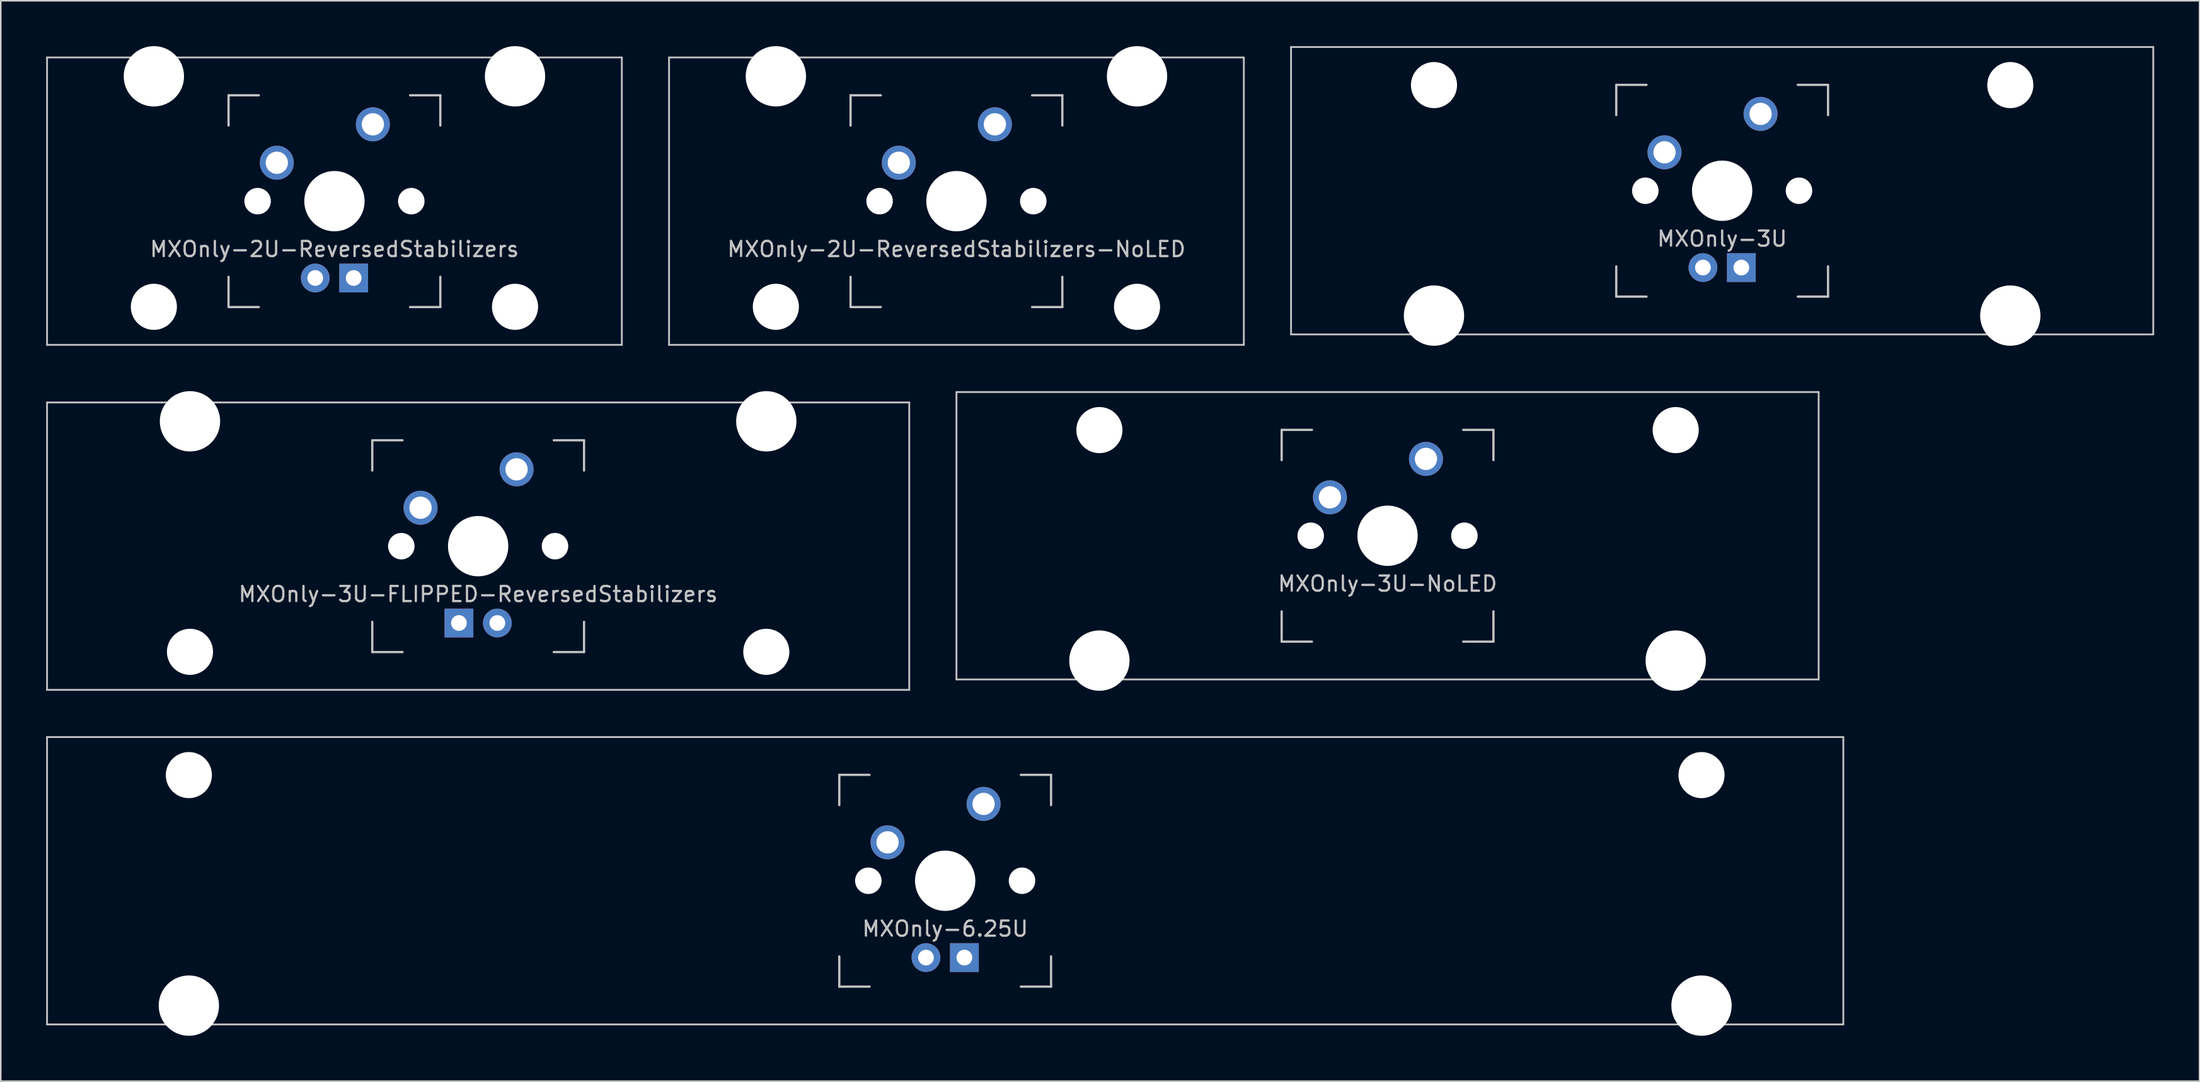
<source format=kicad_pcb>
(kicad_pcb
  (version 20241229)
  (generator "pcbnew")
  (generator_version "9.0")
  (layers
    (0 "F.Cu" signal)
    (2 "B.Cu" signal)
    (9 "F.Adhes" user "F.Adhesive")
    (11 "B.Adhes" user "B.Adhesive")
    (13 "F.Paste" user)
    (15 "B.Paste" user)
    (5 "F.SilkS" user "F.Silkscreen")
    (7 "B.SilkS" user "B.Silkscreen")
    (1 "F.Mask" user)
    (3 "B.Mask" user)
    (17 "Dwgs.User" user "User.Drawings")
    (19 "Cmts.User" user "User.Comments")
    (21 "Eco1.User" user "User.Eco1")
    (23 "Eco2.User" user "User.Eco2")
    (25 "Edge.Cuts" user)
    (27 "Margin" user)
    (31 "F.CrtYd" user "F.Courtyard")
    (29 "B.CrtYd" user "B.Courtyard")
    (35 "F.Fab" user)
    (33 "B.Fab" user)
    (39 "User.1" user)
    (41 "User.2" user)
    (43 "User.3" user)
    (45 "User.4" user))
  (footprint "MXOnly-6.25U"
    (layer "F.Cu")
    (at 59.435 55.178)
    (property "Reference" "MXOnly-6.25U" (at 0 3.175 0) (layer "Dwgs.User") (effects (font (size 1 1) (thickness 0.15))))
    (attr through_hole)
    (fp_line (start -59.375 -9.5) (end -59.375 9.5) (stroke (width 0.12) (type solid)) (layer "Dwgs.User"))
    (fp_line (start -59.375 9.5) (end 59.375 9.5) (stroke (width 0.12) (type solid)) (layer "Dwgs.User"))
    (fp_line (start -7 -7) (end -7 -5) (stroke (width 0.15) (type solid)) (layer "Dwgs.User"))
    (fp_line (start -7 5) (end -7 7) (stroke (width 0.15) (type solid)) (layer "Dwgs.User"))
    (fp_line (start -7 7) (end -5 7) (stroke (width 0.15) (type solid)) (layer "Dwgs.User"))
    (fp_line (start -5 -7) (end -7 -7) (stroke (width 0.15) (type solid)) (layer "Dwgs.User"))
    (fp_line (start 5 -7) (end 7 -7) (stroke (width 0.15) (type solid)) (layer "Dwgs.User"))
    (fp_line (start 5 7) (end 7 7) (stroke (width 0.15) (type solid)) (layer "Dwgs.User"))
    (fp_line (start 7 -7) (end 7 -5) (stroke (width 0.15) (type solid)) (layer "Dwgs.User"))
    (fp_line (start 7 7) (end 7 5) (stroke (width 0.15) (type solid)) (layer "Dwgs.User"))
    (fp_line (start 59.375 -9.5) (end -59.375 -9.5) (stroke (width 0.12) (type solid)) (layer "Dwgs.User"))
    (fp_line (start 59.375 9.5) (end 59.375 -9.5) (stroke (width 0.12) (type solid)) (layer "Dwgs.User"))
    (pad "" np_thru_hole circle (at -50 -6.985) (size 3.048 3.048) (drill 3.048) (layers "*.Cu" "*.Mask"))
    (pad "" np_thru_hole circle (at -50 8.255) (size 3.988 3.988) (drill 3.988) (layers "*.Cu" "*.Mask"))
    (pad "" np_thru_hole circle (at -5.08 0 48.1) (size 1.75 1.75) (drill 1.75) (layers "*.Cu" "*.Mask"))
    (pad "" np_thru_hole circle (at 0 0) (size 3.988 3.988) (drill 3.988) (layers "*.Cu" "*.Mask"))
    (pad "" np_thru_hole circle (at 5.08 0 48.1) (size 1.75 1.75) (drill 1.75) (layers "*.Cu" "*.Mask"))
    (pad "" np_thru_hole circle (at 50 -6.985) (size 3.048 3.048) (drill 3.048) (layers "*.Cu" "*.Mask"))
    (pad "" np_thru_hole circle (at 50 8.255) (size 3.988 3.988) (drill 3.988) (layers "*.Cu" "*.Mask"))
    (pad "1" thru_hole circle (at -3.81 -2.54) (size 2.25 2.25) (drill 1.47) (layers "*.Cu" "B.Mask"))
    (pad "2" thru_hole circle (at 2.54 -5.08) (size 2.25 2.25) (drill 1.47) (layers "*.Cu" "B.Mask"))
    (pad "3" thru_hole circle (at -1.27 5.08) (size 1.905 1.905) (drill 1.04) (layers "*.Cu" "B.Mask"))
    (pad "4" thru_hole rect (at 1.27 5.08) (size 1.905 1.905) (drill 1.04) (layers "*.Cu" "B.Mask")))
  (footprint "MXOnly-3U-FLIPPED-ReversedStabilizers"
    (layer "F.Cu")
    (at 28.56 33.058)
    (property "Reference" "MXOnly-3U-FLIPPED-ReversedStabilizers" (at 0 3.175 0) (layer "Dwgs.User") (effects (font (size 1 1) (thickness 0.15))))
    (attr through_hole)
    (fp_line (start -28.5 -9.5) (end -28.5 9.5) (stroke (width 0.12) (type solid)) (layer "Dwgs.User"))
    (fp_line (start -28.5 9.5) (end 28.5 9.5) (stroke (width 0.12) (type solid)) (layer "Dwgs.User"))
    (fp_line (start -7 -7) (end -7 -5) (stroke (width 0.15) (type solid)) (layer "Dwgs.User"))
    (fp_line (start -7 5) (end -7 7) (stroke (width 0.15) (type solid)) (layer "Dwgs.User"))
    (fp_line (start -7 7) (end -5 7) (stroke (width 0.15) (type solid)) (layer "Dwgs.User"))
    (fp_line (start -5 -7) (end -7 -7) (stroke (width 0.15) (type solid)) (layer "Dwgs.User"))
    (fp_line (start 5 -7) (end 7 -7) (stroke (width 0.15) (type solid)) (layer "Dwgs.User"))
    (fp_line (start 5 7) (end 7 7) (stroke (width 0.15) (type solid)) (layer "Dwgs.User"))
    (fp_line (start 7 -7) (end 7 -5) (stroke (width 0.15) (type solid)) (layer "Dwgs.User"))
    (fp_line (start 7 7) (end 7 5) (stroke (width 0.15) (type solid)) (layer "Dwgs.User"))
    (fp_line (start 28.5 -9.5) (end -28.5 -9.5) (stroke (width 0.12) (type solid)) (layer "Dwgs.User"))
    (fp_line (start 28.5 9.5) (end 28.5 -9.5) (stroke (width 0.12) (type solid)) (layer "Dwgs.User"))
    (pad "" np_thru_hole circle (at -19.05 -8.255) (size 3.988 3.988) (drill 3.988) (layers "*.Cu" "*.Mask"))
    (pad "" np_thru_hole circle (at -19.05 6.985) (size 3.048 3.048) (drill 3.048) (layers "*.Cu" "*.Mask"))
    (pad "" np_thru_hole circle (at -5.08 0 48.1) (size 1.75 1.75) (drill 1.75) (layers "*.Cu" "*.Mask"))
    (pad "" np_thru_hole circle (at 0 0) (size 3.988 3.988) (drill 3.988) (layers "*.Cu" "*.Mask"))
    (pad "" np_thru_hole circle (at 5.08 0 48.1) (size 1.75 1.75) (drill 1.75) (layers "*.Cu" "*.Mask"))
    (pad "" np_thru_hole circle (at 19.05 -8.255) (size 3.988 3.988) (drill 3.988) (layers "*.Cu" "*.Mask"))
    (pad "" np_thru_hole circle (at 19.05 6.985) (size 3.048 3.048) (drill 3.048) (layers "*.Cu" "*.Mask"))
    (pad "1" thru_hole circle (at -3.81 -2.54 48.1) (size 2.25 2.25) (drill 1.47) (layers "*.Cu" "B.Mask"))
    (pad "2" thru_hole circle (at 2.54 -5.08) (size 2.25 2.25) (drill 1.47) (layers "*.Cu" "B.Mask"))
    (pad "3" thru_hole circle (at 1.27 5.08) (size 1.905 1.905) (drill 1.04) (layers "*.Cu" "B.Mask"))
    (pad "4" thru_hole rect (at -1.27 5.08) (size 1.905 1.905) (drill 1.04) (layers "*.Cu" "B.Mask")))
  (footprint "MXOnly-2U-ReversedStabilizers"
    (layer "F.Cu")
    (at 19.06 10.249)
    (property "Reference" "MXOnly-2U-ReversedStabilizers" (at 0 3.175 0) (layer "Dwgs.User") (effects (font (size 1 1) (thickness 0.15))))
    (attr through_hole)
    (fp_line (start -19 -9.5) (end -19 9.5) (stroke (width 0.12) (type solid)) (layer "Dwgs.User"))
    (fp_line (start -19 9.5) (end 19 9.5) (stroke (width 0.12) (type solid)) (layer "Dwgs.User"))
    (fp_line (start -7 -7) (end -7 -5) (stroke (width 0.15) (type solid)) (layer "Dwgs.User"))
    (fp_line (start -7 5) (end -7 7) (stroke (width 0.15) (type solid)) (layer "Dwgs.User"))
    (fp_line (start -7 7) (end -5 7) (stroke (width 0.15) (type solid)) (layer "Dwgs.User"))
    (fp_line (start -5 -7) (end -7 -7) (stroke (width 0.15) (type solid)) (layer "Dwgs.User"))
    (fp_line (start 5 -7) (end 7 -7) (stroke (width 0.15) (type solid)) (layer "Dwgs.User"))
    (fp_line (start 5 7) (end 7 7) (stroke (width 0.15) (type solid)) (layer "Dwgs.User"))
    (fp_line (start 7 -7) (end 7 -5) (stroke (width 0.15) (type solid)) (layer "Dwgs.User"))
    (fp_line (start 7 7) (end 7 5) (stroke (width 0.15) (type solid)) (layer "Dwgs.User"))
    (fp_line (start 19 -9.5) (end -19 -9.5) (stroke (width 0.12) (type solid)) (layer "Dwgs.User"))
    (fp_line (start 19 9.5) (end 19 -9.5) (stroke (width 0.12) (type solid)) (layer "Dwgs.User"))
    (pad "" np_thru_hole circle (at -11.938 -8.255) (size 3.988 3.988) (drill 3.988) (layers "*.Cu" "*.Mask"))
    (pad "" np_thru_hole circle (at -11.938 6.985) (size 3.048 3.048) (drill 3.048) (layers "*.Cu" "*.Mask"))
    (pad "" np_thru_hole circle (at -5.08 0 48.1) (size 1.75 1.75) (drill 1.75) (layers "*.Cu" "*.Mask"))
    (pad "" np_thru_hole circle (at 0 0) (size 3.988 3.988) (drill 3.988) (layers "*.Cu" "*.Mask"))
    (pad "" np_thru_hole circle (at 5.08 0 48.1) (size 1.75 1.75) (drill 1.75) (layers "*.Cu" "*.Mask"))
    (pad "" np_thru_hole circle (at 11.938 -8.255) (size 3.988 3.988) (drill 3.988) (layers "*.Cu" "*.Mask"))
    (pad "" np_thru_hole circle (at 11.938 6.985) (size 3.048 3.048) (drill 3.048) (layers "*.Cu" "*.Mask"))
    (pad "1" thru_hole circle (at -3.81 -2.54) (size 2.25 2.25) (drill 1.47) (layers "*.Cu" "B.Mask"))
    (pad "2" thru_hole circle (at 2.54 -5.08) (size 2.25 2.25) (drill 1.47) (layers "*.Cu" "B.Mask"))
    (pad "3" thru_hole circle (at -1.27 5.08) (size 1.905 1.905) (drill 1.04) (layers "*.Cu" "B.Mask"))
    (pad "4" thru_hole rect (at 1.27 5.08) (size 1.905 1.905) (drill 1.04) (layers "*.Cu" "B.Mask")))
  (footprint "MXOnly-3U"
    (layer "F.Cu")
    (at 110.8 9.56)
    (property "Reference" "MXOnly-3U" (at 0 3.175 0) (layer "Dwgs.User") (effects (font (size 1 1) (thickness 0.15))))
    (attr through_hole)
    (fp_line (start -28.5 -9.5) (end -28.5 9.5) (stroke (width 0.12) (type solid)) (layer "Dwgs.User"))
    (fp_line (start -28.5 9.5) (end 28.5 9.5) (stroke (width 0.12) (type solid)) (layer "Dwgs.User"))
    (fp_line (start -7 -7) (end -7 -5) (stroke (width 0.15) (type solid)) (layer "Dwgs.User"))
    (fp_line (start -7 5) (end -7 7) (stroke (width 0.15) (type solid)) (layer "Dwgs.User"))
    (fp_line (start -7 7) (end -5 7) (stroke (width 0.15) (type solid)) (layer "Dwgs.User"))
    (fp_line (start -5 -7) (end -7 -7) (stroke (width 0.15) (type solid)) (layer "Dwgs.User"))
    (fp_line (start 5 -7) (end 7 -7) (stroke (width 0.15) (type solid)) (layer "Dwgs.User"))
    (fp_line (start 5 7) (end 7 7) (stroke (width 0.15) (type solid)) (layer "Dwgs.User"))
    (fp_line (start 7 -7) (end 7 -5) (stroke (width 0.15) (type solid)) (layer "Dwgs.User"))
    (fp_line (start 7 7) (end 7 5) (stroke (width 0.15) (type solid)) (layer "Dwgs.User"))
    (fp_line (start 28.5 -9.5) (end -28.5 -9.5) (stroke (width 0.12) (type solid)) (layer "Dwgs.User"))
    (fp_line (start 28.5 9.5) (end 28.5 -9.5) (stroke (width 0.12) (type solid)) (layer "Dwgs.User"))
    (pad "" np_thru_hole circle (at -19.05 -6.985) (size 3.048 3.048) (drill 3.048) (layers "*.Cu" "*.Mask"))
    (pad "" np_thru_hole circle (at -19.05 8.255) (size 3.988 3.988) (drill 3.988) (layers "*.Cu" "*.Mask"))
    (pad "" np_thru_hole circle (at -5.08 0 48.1) (size 1.75 1.75) (drill 1.75) (layers "*.Cu" "*.Mask"))
    (pad "" np_thru_hole circle (at 0 0) (size 3.988 3.988) (drill 3.988) (layers "*.Cu" "*.Mask"))
    (pad "" np_thru_hole circle (at 5.08 0 48.1) (size 1.75 1.75) (drill 1.75) (layers "*.Cu" "*.Mask"))
    (pad "" np_thru_hole circle (at 19.05 -6.985) (size 3.048 3.048) (drill 3.048) (layers "*.Cu" "*.Mask"))
    (pad "" np_thru_hole circle (at 19.05 8.255) (size 3.988 3.988) (drill 3.988) (layers "*.Cu" "*.Mask"))
    (pad "1" thru_hole circle (at -3.81 -2.54 48.1) (size 2.25 2.25) (drill 1.47) (layers "*.Cu" "B.Mask"))
    (pad "2" thru_hole circle (at 2.54 -5.08) (size 2.25 2.25) (drill 1.47) (layers "*.Cu" "B.Mask"))
    (pad "3" thru_hole circle (at -1.27 5.08) (size 1.905 1.905) (drill 1.04) (layers "*.Cu" "B.Mask"))
    (pad "4" thru_hole rect (at 1.27 5.08) (size 1.905 1.905) (drill 1.04) (layers "*.Cu" "B.Mask")))
  (footprint "MXOnly-2U-ReversedStabilizers-NoLED"
    (layer "F.Cu")
    (at 60.18 10.249)
    (property "Reference" "MXOnly-2U-ReversedStabilizers-NoLED" (at 0 3.175 0) (layer "Dwgs.User") (effects (font (size 1 1) (thickness 0.15))))
    (attr through_hole)
    (fp_line (start -19 -9.5) (end -19 9.5) (stroke (width 0.12) (type solid)) (layer "Dwgs.User"))
    (fp_line (start -19 9.5) (end 19 9.5) (stroke (width 0.12) (type solid)) (layer "Dwgs.User"))
    (fp_line (start -7 -7) (end -7 -5) (stroke (width 0.15) (type solid)) (layer "Dwgs.User"))
    (fp_line (start -7 5) (end -7 7) (stroke (width 0.15) (type solid)) (layer "Dwgs.User"))
    (fp_line (start -7 7) (end -5 7) (stroke (width 0.15) (type solid)) (layer "Dwgs.User"))
    (fp_line (start -5 -7) (end -7 -7) (stroke (width 0.15) (type solid)) (layer "Dwgs.User"))
    (fp_line (start 5 -7) (end 7 -7) (stroke (width 0.15) (type solid)) (layer "Dwgs.User"))
    (fp_line (start 5 7) (end 7 7) (stroke (width 0.15) (type solid)) (layer "Dwgs.User"))
    (fp_line (start 7 -7) (end 7 -5) (stroke (width 0.15) (type solid)) (layer "Dwgs.User"))
    (fp_line (start 7 7) (end 7 5) (stroke (width 0.15) (type solid)) (layer "Dwgs.User"))
    (fp_line (start 19 -9.5) (end -19 -9.5) (stroke (width 0.12) (type solid)) (layer "Dwgs.User"))
    (fp_line (start 19 9.5) (end 19 -9.5) (stroke (width 0.12) (type solid)) (layer "Dwgs.User"))
    (pad "" np_thru_hole circle (at -11.938 -8.255) (size 3.988 3.988) (drill 3.988) (layers "*.Cu" "*.Mask"))
    (pad "" np_thru_hole circle (at -11.938 6.985) (size 3.048 3.048) (drill 3.048) (layers "*.Cu" "*.Mask"))
    (pad "" np_thru_hole circle (at -5.08 0 48.1) (size 1.75 1.75) (drill 1.75) (layers "*.Cu" "*.Mask"))
    (pad "" np_thru_hole circle (at 0 0) (size 3.988 3.988) (drill 3.988) (layers "*.Cu" "*.Mask"))
    (pad "" np_thru_hole circle (at 5.08 0 48.1) (size 1.75 1.75) (drill 1.75) (layers "*.Cu" "*.Mask"))
    (pad "" np_thru_hole circle (at 11.938 -8.255) (size 3.988 3.988) (drill 3.988) (layers "*.Cu" "*.Mask"))
    (pad "" np_thru_hole circle (at 11.938 6.985) (size 3.048 3.048) (drill 3.048) (layers "*.Cu" "*.Mask"))
    (pad "1" thru_hole circle (at -3.81 -2.54) (size 2.25 2.25) (drill 1.47) (layers "*.Cu" "B.Mask"))
    (pad "2" thru_hole circle (at 2.54 -5.08) (size 2.25 2.25) (drill 1.47) (layers "*.Cu" "B.Mask")))
  (footprint "MXOnly-3U-NoLED"
    (layer "F.Cu")
    (at 88.68 32.369)
    (property "Reference" "MXOnly-3U-NoLED" (at 0 3.175 0) (layer "Dwgs.User") (effects (font (size 1 1) (thickness 0.15))))
    (attr through_hole)
    (fp_line (start -28.5 -9.5) (end -28.5 9.5) (stroke (width 0.12) (type solid)) (layer "Dwgs.User"))
    (fp_line (start -28.5 9.5) (end 28.5 9.5) (stroke (width 0.12) (type solid)) (layer "Dwgs.User"))
    (fp_line (start -7 -7) (end -7 -5) (stroke (width 0.15) (type solid)) (layer "Dwgs.User"))
    (fp_line (start -7 5) (end -7 7) (stroke (width 0.15) (type solid)) (layer "Dwgs.User"))
    (fp_line (start -7 7) (end -5 7) (stroke (width 0.15) (type solid)) (layer "Dwgs.User"))
    (fp_line (start -5 -7) (end -7 -7) (stroke (width 0.15) (type solid)) (layer "Dwgs.User"))
    (fp_line (start 5 -7) (end 7 -7) (stroke (width 0.15) (type solid)) (layer "Dwgs.User"))
    (fp_line (start 5 7) (end 7 7) (stroke (width 0.15) (type solid)) (layer "Dwgs.User"))
    (fp_line (start 7 -7) (end 7 -5) (stroke (width 0.15) (type solid)) (layer "Dwgs.User"))
    (fp_line (start 7 7) (end 7 5) (stroke (width 0.15) (type solid)) (layer "Dwgs.User"))
    (fp_line (start 28.5 -9.5) (end -28.5 -9.5) (stroke (width 0.12) (type solid)) (layer "Dwgs.User"))
    (fp_line (start 28.5 9.5) (end 28.5 -9.5) (stroke (width 0.12) (type solid)) (layer "Dwgs.User"))
    (pad "" np_thru_hole circle (at -19.05 -6.985) (size 3.048 3.048) (drill 3.048) (layers "*.Cu" "*.Mask"))
    (pad "" np_thru_hole circle (at -19.05 8.255) (size 3.988 3.988) (drill 3.988) (layers "*.Cu" "*.Mask"))
    (pad "" np_thru_hole circle (at -5.08 0 48.1) (size 1.75 1.75) (drill 1.75) (layers "*.Cu" "*.Mask"))
    (pad "" np_thru_hole circle (at 0 0) (size 3.988 3.988) (drill 3.988) (layers "*.Cu" "*.Mask"))
    (pad "" np_thru_hole circle (at 5.08 0 48.1) (size 1.75 1.75) (drill 1.75) (layers "*.Cu" "*.Mask"))
    (pad "" np_thru_hole circle (at 19.05 -6.985) (size 3.048 3.048) (drill 3.048) (layers "*.Cu" "*.Mask"))
    (pad "" np_thru_hole circle (at 19.05 8.255) (size 3.988 3.988) (drill 3.988) (layers "*.Cu" "*.Mask"))
    (pad "1" thru_hole circle (at -3.81 -2.54 48.1) (size 2.25 2.25) (drill 1.47) (layers "*.Cu" "B.Mask"))
    (pad "2" thru_hole circle (at 2.54 -5.08) (size 2.25 2.25) (drill 1.47) (layers "*.Cu" "B.Mask")))
  (gr_rect
    (start -3 -3)
    (end 142.36 68.427)
    (stroke (width 0.1) (type default))
    (fill no)
    (layer "Edge.Cuts")))
</source>
